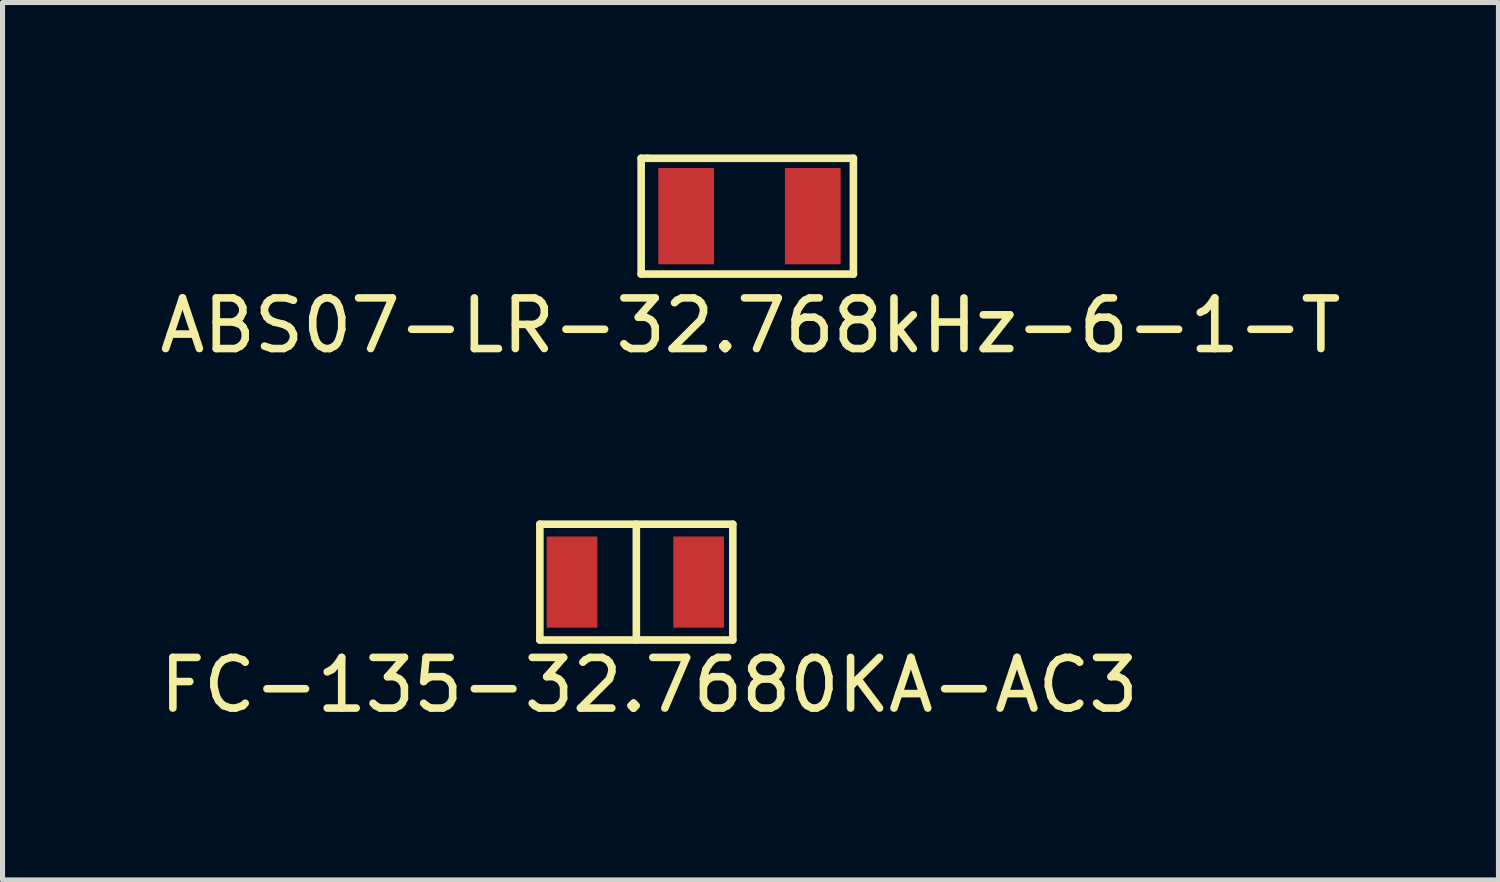
<source format=kicad_pcb>
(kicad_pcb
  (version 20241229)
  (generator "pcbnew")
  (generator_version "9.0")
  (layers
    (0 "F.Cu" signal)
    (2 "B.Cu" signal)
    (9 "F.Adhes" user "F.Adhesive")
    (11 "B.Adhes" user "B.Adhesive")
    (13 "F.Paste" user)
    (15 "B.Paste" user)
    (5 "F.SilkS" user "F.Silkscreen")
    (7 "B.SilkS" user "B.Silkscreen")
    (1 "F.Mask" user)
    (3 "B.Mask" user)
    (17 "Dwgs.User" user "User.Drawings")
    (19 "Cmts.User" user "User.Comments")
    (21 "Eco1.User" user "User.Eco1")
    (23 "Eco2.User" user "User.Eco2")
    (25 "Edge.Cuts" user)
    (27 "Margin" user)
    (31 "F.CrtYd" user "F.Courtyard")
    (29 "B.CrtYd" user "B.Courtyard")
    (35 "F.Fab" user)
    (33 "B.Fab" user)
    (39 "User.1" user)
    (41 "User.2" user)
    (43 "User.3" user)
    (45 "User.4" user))
  (footprint "FC-135-32.7680KA-AC3"
    (layer "F.Cu")
    (at 9.514 8.57)
    (property "Reference" "FC-135-32.7680KA-AC3" (at 0.254 1.905 0) (layer "F.SilkS") (effects (font (size 1 1) (thickness 0.15))))
    (attr through_hole)
    (fp_line (start -1.905 -1.27) (end 1.905 -1.27) (stroke (width 0.15) (type solid)) (layer "F.SilkS"))
    (fp_line (start -1.905 1.016) (end -1.905 -1.27) (stroke (width 0.15) (type solid)) (layer "F.SilkS"))
    (fp_line (start 0 -1.27) (end 0 1.016) (stroke (width 0.15) (type solid)) (layer "F.SilkS"))
    (fp_line (start 1.905 -1.27) (end 1.905 1.016) (stroke (width 0.15) (type solid)) (layer "F.SilkS"))
    (fp_line (start 1.905 1.016) (end -1.905 1.016) (stroke (width 0.15) (type solid)) (layer "F.SilkS"))
    (pad "1" smd rect (at -1.27 -0.127) (size 1 1.8) (layers "F.Cu" "F.Mask" "F.Paste"))
    (pad "2" smd rect (at 1.23 -0.127) (size 1 1.8) (layers "F.Cu" "F.Mask" "F.Paste")))
  (footprint "ABS07-LR-32.768kHz-6-1-T"
    (layer "F.Cu")
    (at 10.498 1.218)
    (property "Reference" "ABS07-LR-32.768kHz-6-1-T" (at 1.27 2.159 0) (layer "F.SilkS") (effects (font (size 1 1) (thickness 0.15))))
    (attr through_hole)
    (fp_line (start -0.889 -1.143) (end -0.762 -1.143) (stroke (width 0.15) (type solid)) (layer "F.SilkS"))
    (fp_line (start -0.889 1.143) (end -0.889 -1.143) (stroke (width 0.15) (type solid)) (layer "F.SilkS"))
    (fp_line (start -0.762 -1.143) (end 3.302 -1.143) (stroke (width 0.15) (type solid)) (layer "F.SilkS"))
    (fp_line (start 3.302 -1.143) (end 3.302 1.143) (stroke (width 0.15) (type solid)) (layer "F.SilkS"))
    (fp_line (start 3.302 1.143) (end -0.889 1.143) (stroke (width 0.15) (type solid)) (layer "F.SilkS"))
    (pad "1" smd rect (at 0 0) (size 1.1 1.9) (layers "F.Cu" "F.Mask" "F.Paste"))
    (pad "2" smd rect (at 2.5 0) (size 1.1 1.9) (layers "F.Cu" "F.Mask" "F.Paste")))
  (gr_rect
    (start -3 -3)
    (end 26.536 14.323)
    (stroke (width 0.1) (type default))
    (fill no)
    (layer "Edge.Cuts")))
</source>
